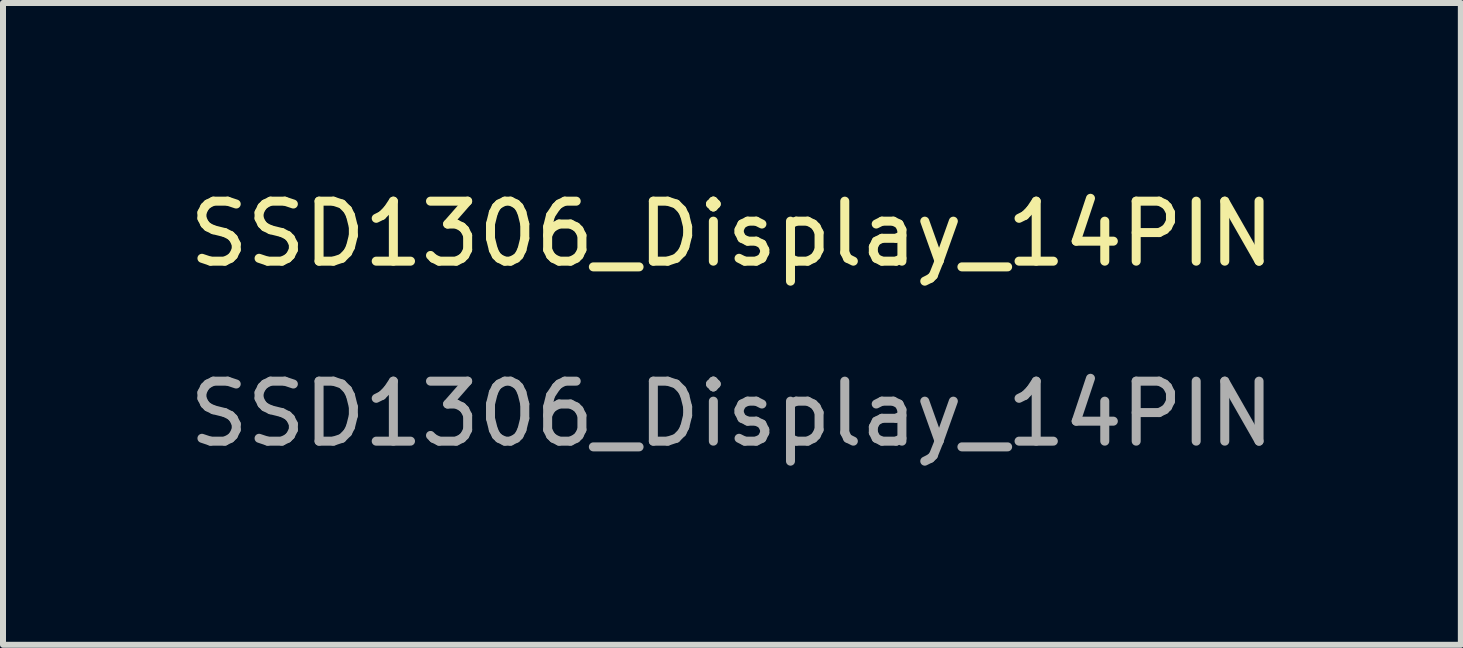
<source format=kicad_pcb>
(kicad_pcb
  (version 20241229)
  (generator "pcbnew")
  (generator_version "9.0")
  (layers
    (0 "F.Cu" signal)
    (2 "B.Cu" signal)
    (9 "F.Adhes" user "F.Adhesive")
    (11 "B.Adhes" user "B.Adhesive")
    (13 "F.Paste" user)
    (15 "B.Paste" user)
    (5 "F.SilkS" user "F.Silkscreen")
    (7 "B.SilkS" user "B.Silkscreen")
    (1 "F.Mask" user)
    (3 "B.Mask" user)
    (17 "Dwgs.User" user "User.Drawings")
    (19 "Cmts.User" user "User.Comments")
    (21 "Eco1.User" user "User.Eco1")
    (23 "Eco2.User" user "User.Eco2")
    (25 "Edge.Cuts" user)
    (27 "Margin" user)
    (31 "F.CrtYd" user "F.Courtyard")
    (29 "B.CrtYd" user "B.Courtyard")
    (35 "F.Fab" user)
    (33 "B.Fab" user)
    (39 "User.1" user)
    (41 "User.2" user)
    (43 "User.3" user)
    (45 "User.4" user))
  (footprint "SSD1306_Display_14PIN"
    (layer "F.Cu")
    (at 9.149 1.348)
    (property "Reference" "SSD1306_Display_14PIN" (at 0 -0.5 0) (unlocked yes) (layer "F.SilkS") (effects (font (size 1 1) (thickness 0.15))))
    (attr smd)
    (fp_text user "${REFERENCE}" (at 0 2.5 0) (unlocked yes) (layer "F.Fab") (effects (font (size 1 1) (thickness 0.15)))))
  (gr_rect
    (start -3 -3)
    (end 21.298 7.697)
    (stroke (width 0.1) (type default))
    (fill no)
    (layer "Edge.Cuts")))
</source>
